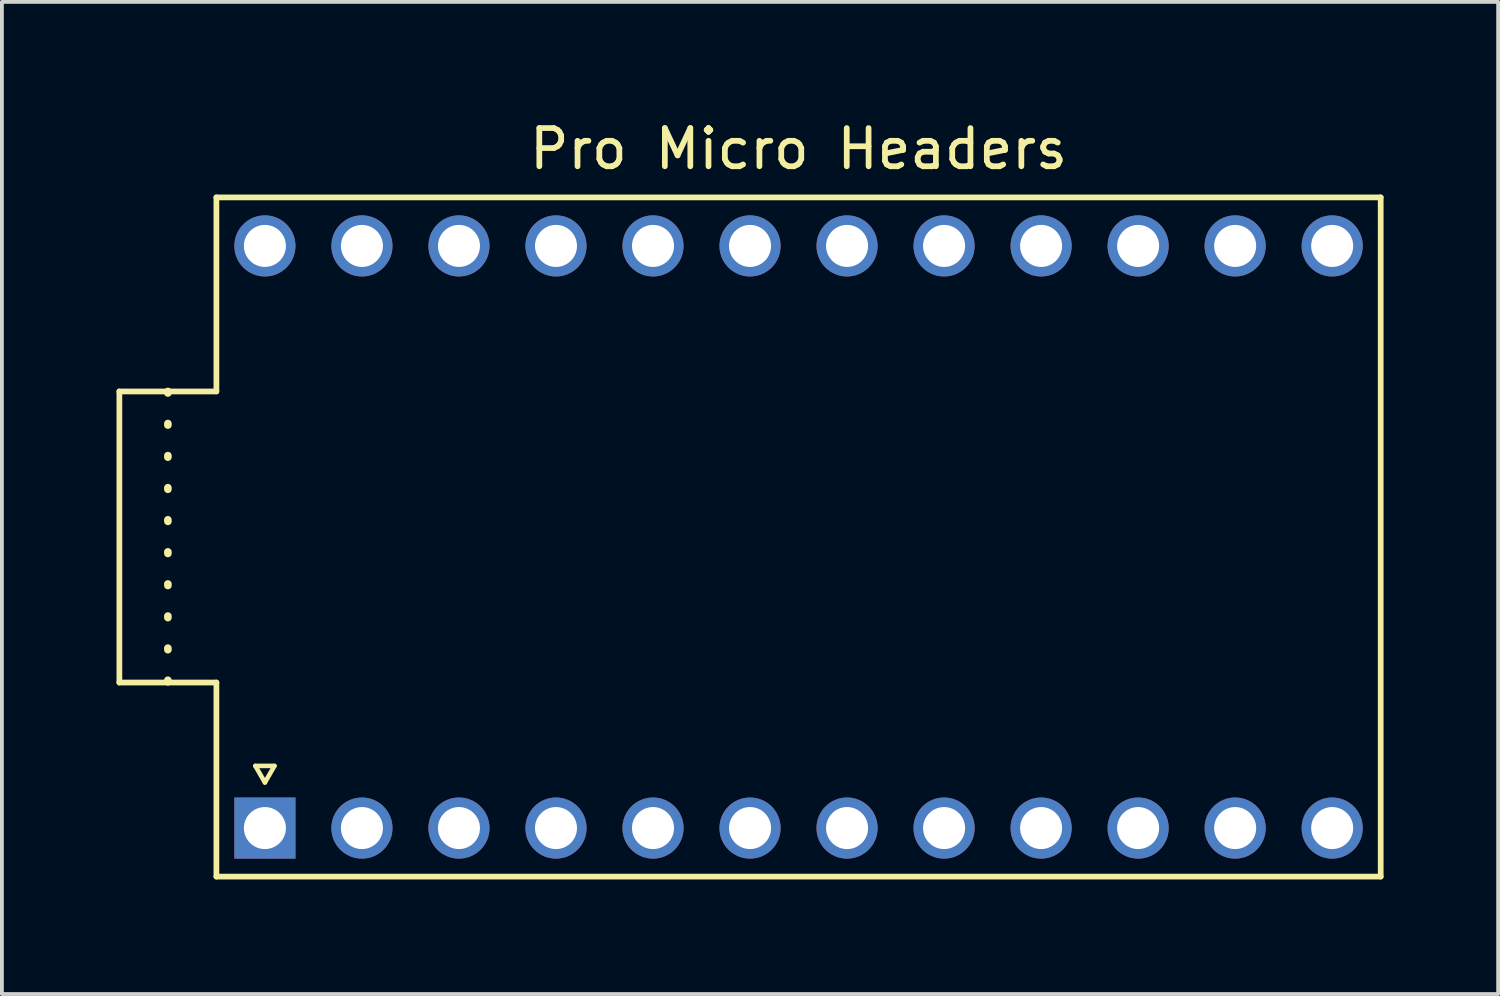
<source format=kicad_pcb>
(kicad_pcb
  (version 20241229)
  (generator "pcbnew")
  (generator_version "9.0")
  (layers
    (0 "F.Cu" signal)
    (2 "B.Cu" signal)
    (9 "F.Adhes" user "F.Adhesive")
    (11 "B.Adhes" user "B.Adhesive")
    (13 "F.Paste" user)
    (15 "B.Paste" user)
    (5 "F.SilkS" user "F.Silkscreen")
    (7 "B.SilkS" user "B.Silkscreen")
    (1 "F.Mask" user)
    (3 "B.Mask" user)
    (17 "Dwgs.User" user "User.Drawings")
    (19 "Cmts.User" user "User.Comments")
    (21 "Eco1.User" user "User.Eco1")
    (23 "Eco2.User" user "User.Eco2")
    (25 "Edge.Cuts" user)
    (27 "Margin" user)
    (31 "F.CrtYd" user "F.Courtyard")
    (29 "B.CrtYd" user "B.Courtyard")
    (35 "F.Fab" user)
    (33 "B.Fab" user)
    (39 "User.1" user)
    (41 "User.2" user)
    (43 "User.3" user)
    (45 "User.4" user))
  (footprint "Pro Micro Headers"
    (layer "F.Cu")
    (at 17.855 11.008)
    (property "Reference" "Pro Micro Headers" (at 0 -10.16 0) (layer "F.SilkS") (effects (font (size 1 1) (thickness 0.15))))
    (attr through_hole)
    (fp_line (start -17.78 -3.81) (end -15.24 -3.81) (stroke (width 0.15) (type solid)) (layer "F.SilkS"))
    (fp_line (start -17.78 3.81) (end -17.78 -3.81) (stroke (width 0.15) (type solid)) (layer "F.SilkS"))
    (fp_line (start -16.51 -3.81) (end -16.51 3.81) (stroke (width 0.2) (type dot)) (layer "F.SilkS"))
    (fp_line (start -15.24 -8.89) (end 15.24 -8.89) (stroke (width 0.15) (type solid)) (layer "F.SilkS"))
    (fp_line (start -15.24 -3.81) (end -15.24 -8.89) (stroke (width 0.15) (type solid)) (layer "F.SilkS"))
    (fp_line (start -15.24 3.81) (end -17.78 3.81) (stroke (width 0.15) (type solid)) (layer "F.SilkS"))
    (fp_line (start -15.24 8.89) (end -15.24 3.81) (stroke (width 0.15) (type solid)) (layer "F.SilkS"))
    (fp_line (start -15.24 8.89) (end 15.24 8.89) (stroke (width 0.15) (type solid)) (layer "F.SilkS"))
    (fp_line (start -14.22 5.993) (end -13.72 5.993) (stroke (width 0.12) (type solid)) (layer "F.SilkS"))
    (fp_line (start -13.97 6.426) (end -14.22 5.993) (stroke (width 0.12) (type solid)) (layer "F.SilkS"))
    (fp_line (start -13.72 5.993) (end -13.97 6.426) (stroke (width 0.12) (type solid)) (layer "F.SilkS"))
    (fp_line (start 15.24 -8.89) (end 15.24 8.89) (stroke (width 0.15) (type solid)) (layer "F.SilkS"))
    (pad "1" thru_hole rect (at -13.97 7.62) (size 1.6 1.6) (drill 1.1) (layers "*.Cu" "*.Mask"))
    (pad "2" thru_hole circle (at -11.43 7.62) (size 1.6 1.6) (drill 1.1) (layers "*.Cu" "*.Mask"))
    (pad "3" thru_hole circle (at -8.89 7.62) (size 1.6 1.6) (drill 1.1) (layers "*.Cu" "*.Mask"))
    (pad "4" thru_hole circle (at -6.35 7.62) (size 1.6 1.6) (drill 1.1) (layers "*.Cu" "*.Mask"))
    (pad "5" thru_hole circle (at -3.81 7.62) (size 1.6 1.6) (drill 1.1) (layers "*.Cu" "*.Mask"))
    (pad "6" thru_hole circle (at -1.27 7.62) (size 1.6 1.6) (drill 1.1) (layers "*.Cu" "*.Mask"))
    (pad "7" thru_hole circle (at 1.27 7.62) (size 1.6 1.6) (drill 1.1) (layers "*.Cu" "*.Mask"))
    (pad "8" thru_hole circle (at 3.81 7.62) (size 1.6 1.6) (drill 1.1) (layers "*.Cu" "*.Mask"))
    (pad "9" thru_hole circle (at 6.35 7.62) (size 1.6 1.6) (drill 1.1) (layers "*.Cu" "*.Mask"))
    (pad "10" thru_hole circle (at 8.89 7.62) (size 1.6 1.6) (drill 1.1) (layers "*.Cu" "*.Mask"))
    (pad "11" thru_hole circle (at 11.43 7.62) (size 1.6 1.6) (drill 1.1) (layers "*.Cu" "*.Mask"))
    (pad "12" thru_hole circle (at 13.97 7.62) (size 1.6 1.6) (drill 1.1) (layers "*.Cu" "*.Mask"))
    (pad "13" thru_hole circle (at 13.97 -7.62) (size 1.6 1.6) (drill 1.1) (layers "*.Cu" "*.Mask"))
    (pad "14" thru_hole circle (at 11.43 -7.62) (size 1.6 1.6) (drill 1.1) (layers "*.Cu" "*.Mask"))
    (pad "15" thru_hole circle (at 8.89 -7.62) (size 1.6 1.6) (drill 1.1) (layers "*.Cu" "*.Mask"))
    (pad "16" thru_hole circle (at 6.35 -7.62) (size 1.6 1.6) (drill 1.1) (layers "*.Cu" "*.Mask"))
    (pad "17" thru_hole circle (at 3.81 -7.62) (size 1.6 1.6) (drill 1.1) (layers "*.Cu" "*.Mask"))
    (pad "18" thru_hole circle (at 1.27 -7.62) (size 1.6 1.6) (drill 1.1) (layers "*.Cu" "*.Mask"))
    (pad "19" thru_hole circle (at -1.27 -7.62) (size 1.6 1.6) (drill 1.1) (layers "*.Cu" "*.Mask"))
    (pad "20" thru_hole circle (at -3.81 -7.62) (size 1.6 1.6) (drill 1.1) (layers "*.Cu" "*.Mask"))
    (pad "21" thru_hole circle (at -6.35 -7.62) (size 1.6 1.6) (drill 1.1) (layers "*.Cu" "*.Mask"))
    (pad "22" thru_hole circle (at -8.89 -7.62) (size 1.6 1.6) (drill 1.1) (layers "*.Cu" "*.Mask"))
    (pad "23" thru_hole circle (at -11.43 -7.62) (size 1.6 1.6) (drill 1.1) (layers "*.Cu" "*.Mask"))
    (pad "24" thru_hole circle (at -13.97 -7.62) (size 1.6 1.6) (drill 1.1) (layers "*.Cu" "*.Mask")))
  (gr_rect
    (start -3 -3)
    (end 36.17 22.973)
    (stroke (width 0.1) (type default))
    (fill no)
    (layer "Edge.Cuts")))
</source>
